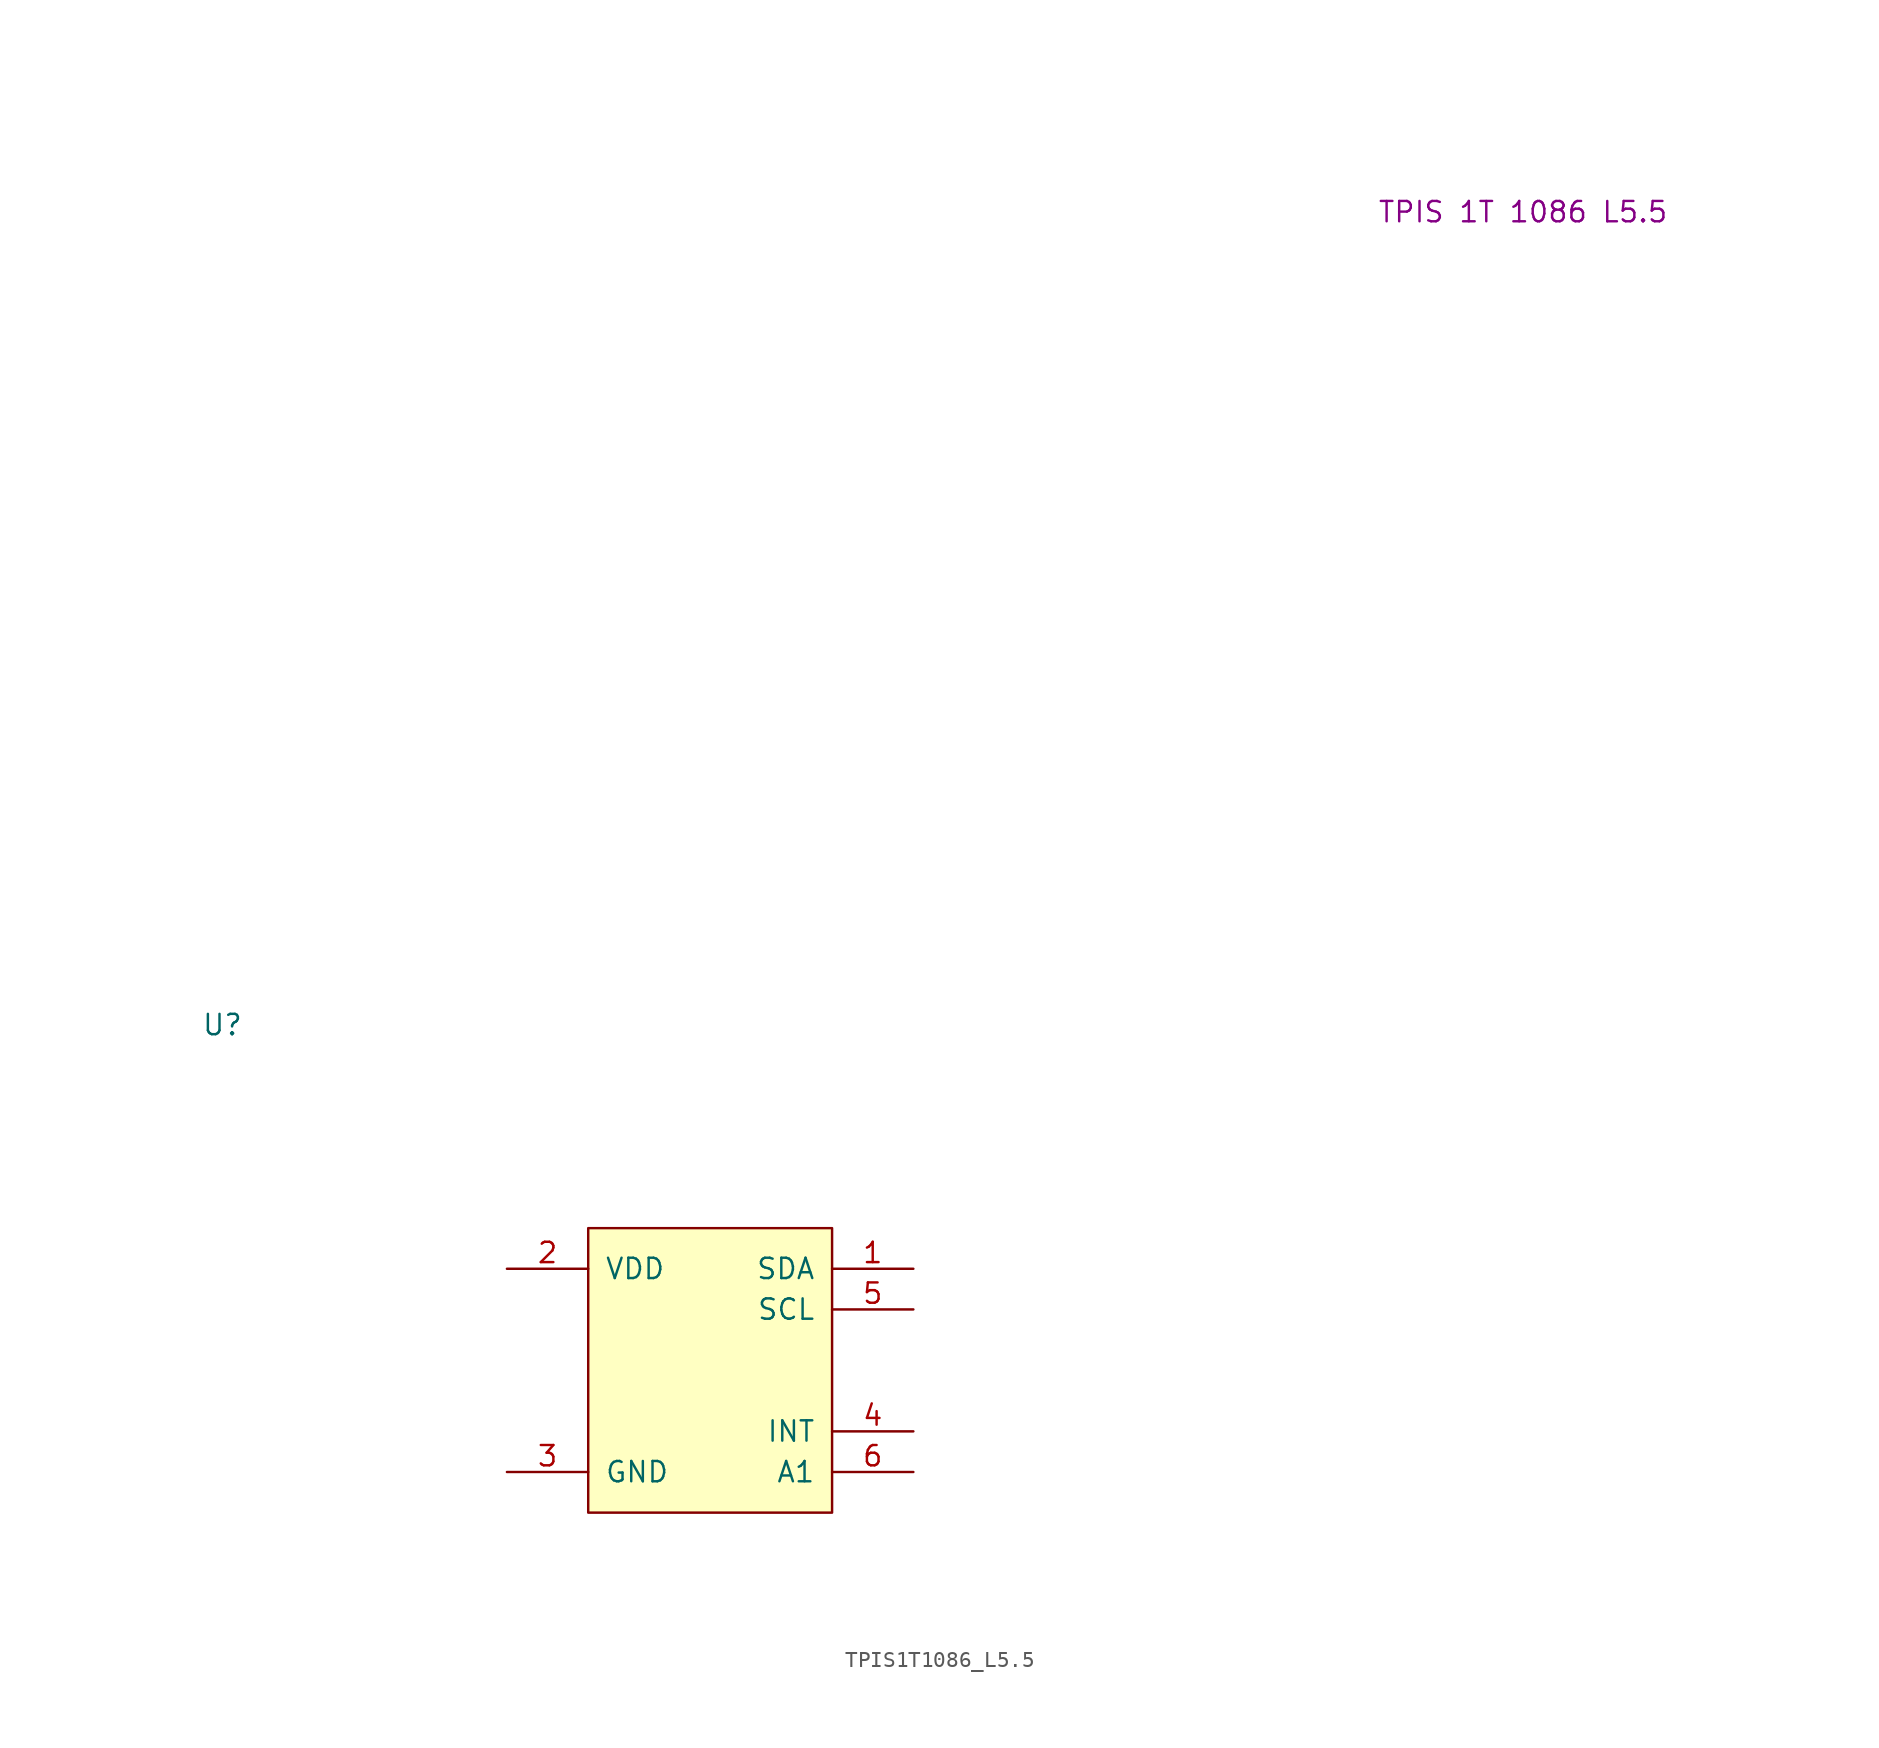
<source format=kicad_sym>
(kicad_symbol_lib
  (version 20220914)
  (generator kicad_symbol_editor)
  (symbol "TPIS1T1086_L5.5"
    (pin_names
      (offset 1.016))
    (property "Reference" "U"
      (at -22.86 12.7 0)
      (effects (font (size 1.27 1.27))))
    (property "_Value_" "TPIS 1T 1086 L5.5"
      (at 58.42 63.5 0)
      (effects (font (size 1.27 1.27))))
    (symbol "TPIS1T1086_L5.5_0_1"
      (rectangle (start 0 0) (end 15.24 -17.78) (stroke (width 0) (type default)) (fill (type background))))
    (symbol "TPIS1T1086_L5.5_1_1"
      (pin bidirectional line (at 20.32 -2.54 180) (length 5.08) (name "SDA" (effects (font (size 1.27 1.27)))) (number "1" (effects (font (size 1.27 1.27)))))
      (pin power_in line (at -5.08 -2.54 0) (length 5.08) (name "VDD" (effects (font (size 1.27 1.27)))) (number "2" (effects (font (size 1.27 1.27)))))
      (pin passive line (at -5.08 -15.24 0) (length 5.08) (name "GND" (effects (font (size 1.27 1.27)))) (number "3" (effects (font (size 1.27 1.27)))))
      (pin input line (at 20.32 -12.7 180) (length 5.08) (name "INT" (effects (font (size 1.27 1.27)))) (number "4" (effects (font (size 1.27 1.27)))))
      (pin bidirectional line (at 20.32 -5.08 180) (length 5.08) (name "SCL" (effects (font (size 1.27 1.27)))) (number "5" (effects (font (size 1.27 1.27)))))
      (pin input line (at 20.32 -15.24 180) (length 5.08) (name "A1" (effects (font (size 1.27 1.27)))) (number "6" (effects (font (size 1.27 1.27))))))))
</source>
